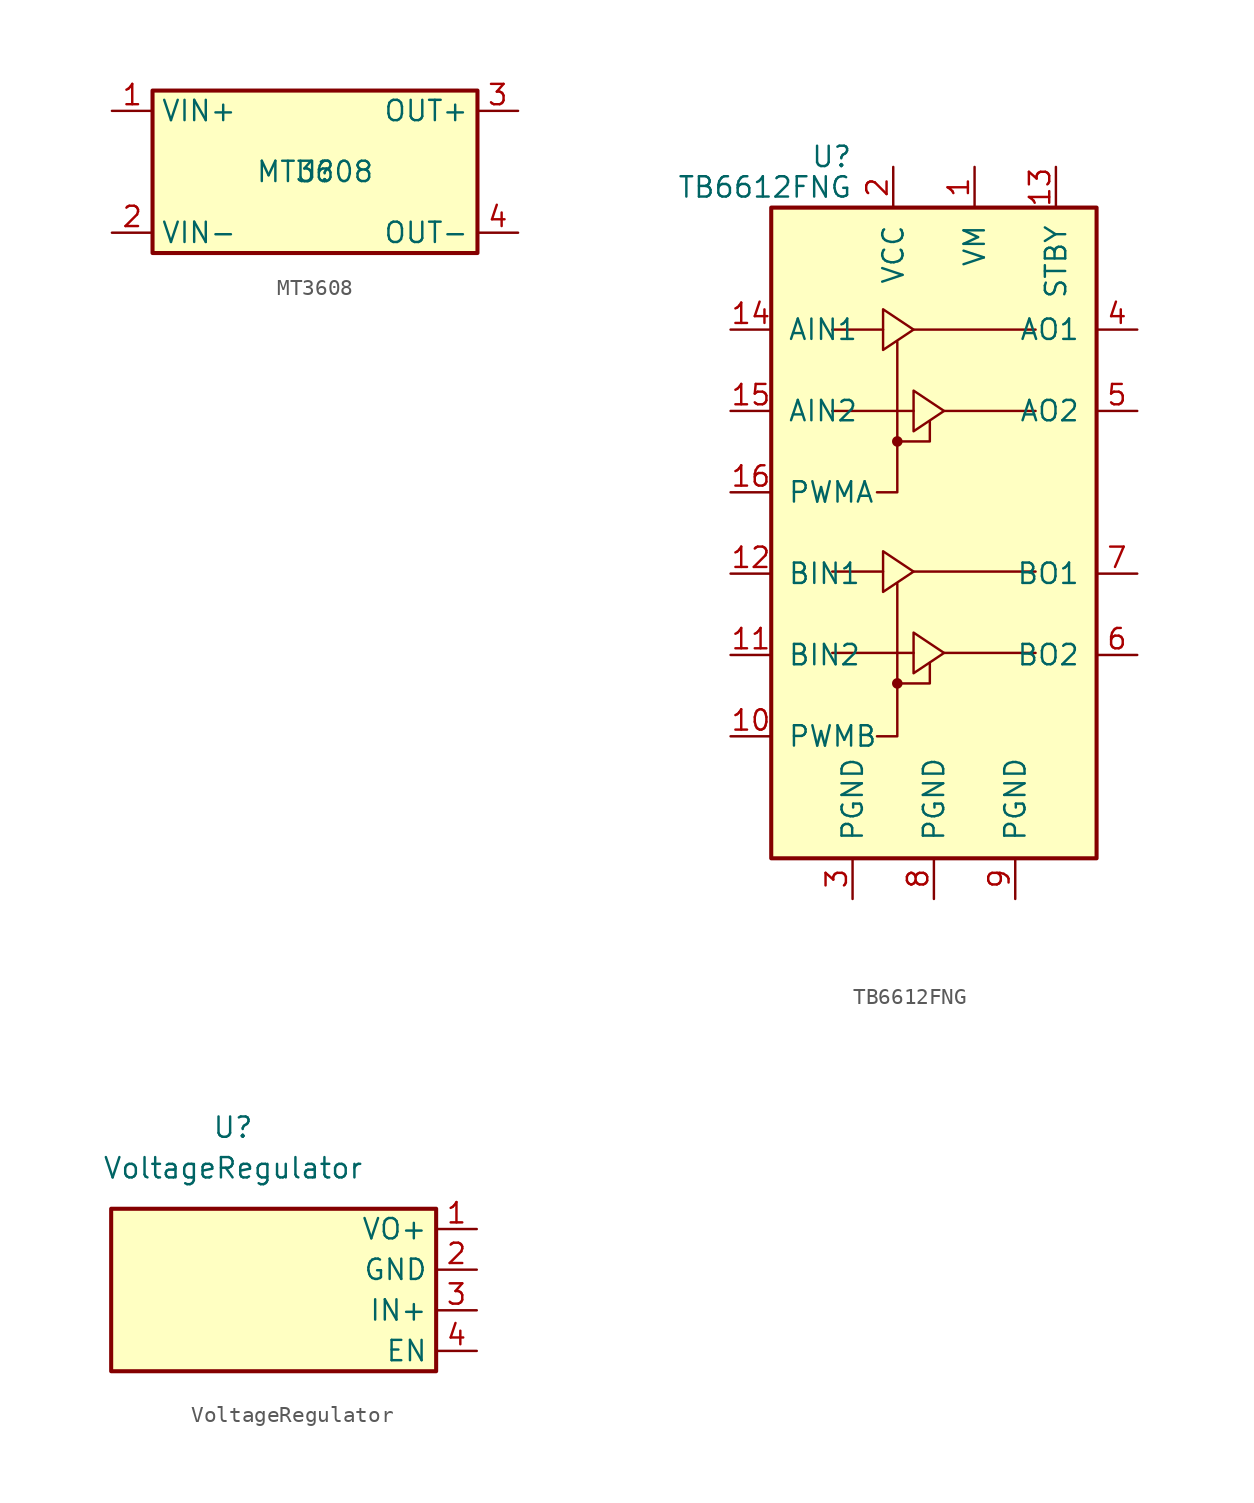
<source format=kicad_sym>
(kicad_symbol_lib
  (version 20211014)
  (generator kicad_symbol_editor)
  (symbol "MT3608"
    (property "Reference" "U"
      (at 0 0 0)
      (effects (font (size 1.27 1.27))))
    (property "Value" "MT3608"
      (at 0 0 0)
      (effects (font (size 1.27 1.27))))
    (symbol "MT3608_0_1"
      (rectangle (start -10.16 5.08) (end 10.16 -5.08) (stroke (width 0.254) (type default) (color 0 0 0 0)) (fill (type background))))
    (symbol "MT3608_1_1"
      (pin power_in line (at -12.7 3.81 0) (length 2.54) (name "VIN+" (effects (font (size 1.27 1.27)))) (number "1" (effects (font (size 1.27 1.27)))))
      (pin passive line (at -12.7 -3.81 0) (length 2.54) (name "VIN-" (effects (font (size 1.27 1.27)))) (number "2" (effects (font (size 1.27 1.27)))))
      (pin power_out line (at 12.7 3.81 180) (length 2.54) (name "OUT+" (effects (font (size 1.27 1.27)))) (number "3" (effects (font (size 1.27 1.27)))))
      (pin passive line (at 12.7 -3.81 180) (length 2.54) (name "OUT-" (effects (font (size 1.27 1.27)))) (number "4" (effects (font (size 1.27 1.27)))))))
  (symbol "TB6612FNG"
    (pin_names
      (offset 1.016))
    (property "Reference" "U"
      (at -5.08 26.035 0)
      (effects (font (size 1.27 1.27)) (justify right)))
    (property "Value" "TB6612FNG"
      (at -5.08 24.13 0)
      (effects (font (size 1.27 1.27)) (justify right)))
    (symbol "TB6612FNG_0_1"
      (rectangle (start -10.16 22.86) (end 10.16 -17.78) (stroke (width 0.254) (type default) (color 0 0 0 0)) (fill (type background)))
      (circle (center -2.286 -6.858) (radius 0.254) (stroke (width 0) (type default) (color 0 0 0 0)) (fill (type outline)))
      (circle (center -2.286 8.255) (radius 0.254) (stroke (width 0) (type default) (color 0 0 0 0)) (fill (type outline)))
      (polyline (pts (xy -6.35 -4.953) (xy -1.27 -4.953)) (stroke (width 0) (type default) (color 0 0 0 0)) (fill (type none)))
      (polyline (pts (xy -6.35 0.127) (xy -3.175 0.127)) (stroke (width 0) (type default) (color 0 0 0 0)) (fill (type none)))
      (polyline (pts (xy -6.35 10.16) (xy -1.27 10.16)) (stroke (width 0) (type default) (color 0 0 0 0)) (fill (type none)))
      (polyline (pts (xy -6.35 15.24) (xy -3.175 15.24)) (stroke (width 0) (type default) (color 0 0 0 0)) (fill (type none)))
      (polyline (pts (xy -1.27 0.127) (xy 6.35 0.127)) (stroke (width 0) (type default) (color 0 0 0 0)) (fill (type none)))
      (polyline (pts (xy -1.27 15.24) (xy 6.35 15.24)) (stroke (width 0) (type default) (color 0 0 0 0)) (fill (type none)))
      (polyline (pts (xy 0.635 -4.953) (xy 6.35 -4.953)) (stroke (width 0) (type default) (color 0 0 0 0)) (fill (type none)))
      (polyline (pts (xy 0.635 10.16) (xy 6.35 10.16)) (stroke (width 0) (type default) (color 0 0 0 0)) (fill (type none)))
      (polyline (pts (xy -2.286 -6.858) (xy -0.254 -6.858) (xy -0.254 -5.588)) (stroke (width 0) (type default) (color 0 0 0 0)) (fill (type none)))
      (polyline (pts (xy -2.286 -0.635) (xy -2.286 -10.16) (xy -3.556 -10.16)) (stroke (width 0) (type default) (color 0 0 0 0)) (fill (type none)))
      (polyline (pts (xy -2.286 8.255) (xy -0.254 8.255) (xy -0.254 9.525)) (stroke (width 0) (type default) (color 0 0 0 0)) (fill (type none)))
      (polyline (pts (xy -2.286 14.478) (xy -2.286 5.08) (xy -3.556 5.08)) (stroke (width 0) (type default) (color 0 0 0 0)) (fill (type none)))
      (polyline (pts (xy -3.175 1.397) (xy -3.175 -1.143) (xy -1.27 0.127) (xy -3.175 1.397)) (stroke (width 0) (type default) (color 0 0 0 0)) (fill (type none)))
      (polyline (pts (xy -3.175 16.51) (xy -3.175 13.97) (xy -1.27 15.24) (xy -3.175 16.51)) (stroke (width 0) (type default) (color 0 0 0 0)) (fill (type none)))
      (polyline (pts (xy -1.27 -3.683) (xy -1.27 -6.223) (xy 0.635 -4.953) (xy -1.27 -3.683)) (stroke (width 0) (type default) (color 0 0 0 0)) (fill (type none)))
      (polyline (pts (xy -1.27 11.43) (xy -1.27 8.89) (xy 0.635 10.16) (xy -1.27 11.43)) (stroke (width 0) (type default) (color 0 0 0 0)) (fill (type none))))
    (symbol "TB6612FNG_1_1"
      (pin power_in line (at 2.54 25.4 270) (length 2.54) (name "VM" (effects (font (size 1.27 1.27)))) (number "1" (effects (font (size 1.27 1.27)))))
      (pin input line (at -12.7 -10.16 0) (length 2.54) (name "PWMB" (effects (font (size 1.27 1.27)))) (number "10" (effects (font (size 1.27 1.27)))))
      (pin input line (at -12.7 -5.08 0) (length 2.54) (name "BIN2" (effects (font (size 1.27 1.27)))) (number "11" (effects (font (size 1.27 1.27)))))
      (pin input line (at -12.7 0 0) (length 2.54) (name "BIN1" (effects (font (size 1.27 1.27)))) (number "12" (effects (font (size 1.27 1.27)))))
      (pin input line (at 7.62 25.4 270) (length 2.54) (name "STBY" (effects (font (size 1.27 1.27)))) (number "13" (effects (font (size 1.27 1.27)))))
      (pin input line (at -12.7 15.24 0) (length 2.54) (name "AIN1" (effects (font (size 1.27 1.27)))) (number "14" (effects (font (size 1.27 1.27)))))
      (pin input line (at -12.7 10.16 0) (length 2.54) (name "AIN2" (effects (font (size 1.27 1.27)))) (number "15" (effects (font (size 1.27 1.27)))))
      (pin input line (at -12.7 5.08 0) (length 2.54) (name "PWMA" (effects (font (size 1.27 1.27)))) (number "16" (effects (font (size 1.27 1.27)))))
      (pin power_in line (at -2.54 25.4 270) (length 2.54) (name "VCC" (effects (font (size 1.27 1.27)))) (number "2" (effects (font (size 1.27 1.27)))))
      (pin power_in line (at -5.08 -20.32 90) (length 2.54) (name "PGND" (effects (font (size 1.27 1.27)))) (number "3" (effects (font (size 1.27 1.27)))))
      (pin output line (at 12.7 15.24 180) (length 2.54) (name "AO1" (effects (font (size 1.27 1.27)))) (number "4" (effects (font (size 1.27 1.27)))))
      (pin output line (at 12.7 10.16 180) (length 2.54) (name "AO2" (effects (font (size 1.27 1.27)))) (number "5" (effects (font (size 1.27 1.27)))))
      (pin output line (at 12.7 -5.08 180) (length 2.54) (name "BO2" (effects (font (size 1.27 1.27)))) (number "6" (effects (font (size 1.27 1.27)))))
      (pin output line (at 12.7 0 180) (length 2.54) (name "BO1" (effects (font (size 1.27 1.27)))) (number "7" (effects (font (size 1.27 1.27)))))
      (pin power_in line (at 0 -20.32 90) (length 2.54) (name "PGND" (effects (font (size 1.27 1.27)))) (number "8" (effects (font (size 1.27 1.27)))))
      (pin power_in line (at 5.08 -20.32 90) (length 2.54) (name "PGND" (effects (font (size 1.27 1.27)))) (number "9" (effects (font (size 1.27 1.27)))))))
  (symbol "VoltageRegulator"
    (property "Reference" "U"
      (at -2.54 10.16 0)
      (effects (font (size 1.27 1.27))))
    (property "Value" "VoltageRegulator"
      (at -2.54 7.62 0)
      (effects (font (size 1.27 1.27))))
    (symbol "VoltageRegulator_0_1"
      (rectangle (start -10.16 5.08) (end 10.16 -5.08) (stroke (width 0.254) (type default) (color 0 0 0 0)) (fill (type background))))
    (symbol "VoltageRegulator_1_1"
      (pin power_out line (at 12.7 3.81 180) (length 2.54) (name "VO+" (effects (font (size 1.27 1.27)))) (number "1" (effects (font (size 1.27 1.27)))))
      (pin passive line (at 12.7 1.27 180) (length 2.54) (name "GND" (effects (font (size 1.27 1.27)))) (number "2" (effects (font (size 1.27 1.27)))))
      (pin power_in line (at 12.7 -1.27 180) (length 2.54) (name "IN+" (effects (font (size 1.27 1.27)))) (number "3" (effects (font (size 1.27 1.27)))))
      (pin input line (at 12.7 -3.81 180) (length 2.54) (name "EN" (effects (font (size 1.27 1.27)))) (number "4" (effects (font (size 1.27 1.27))))))))
</source>
